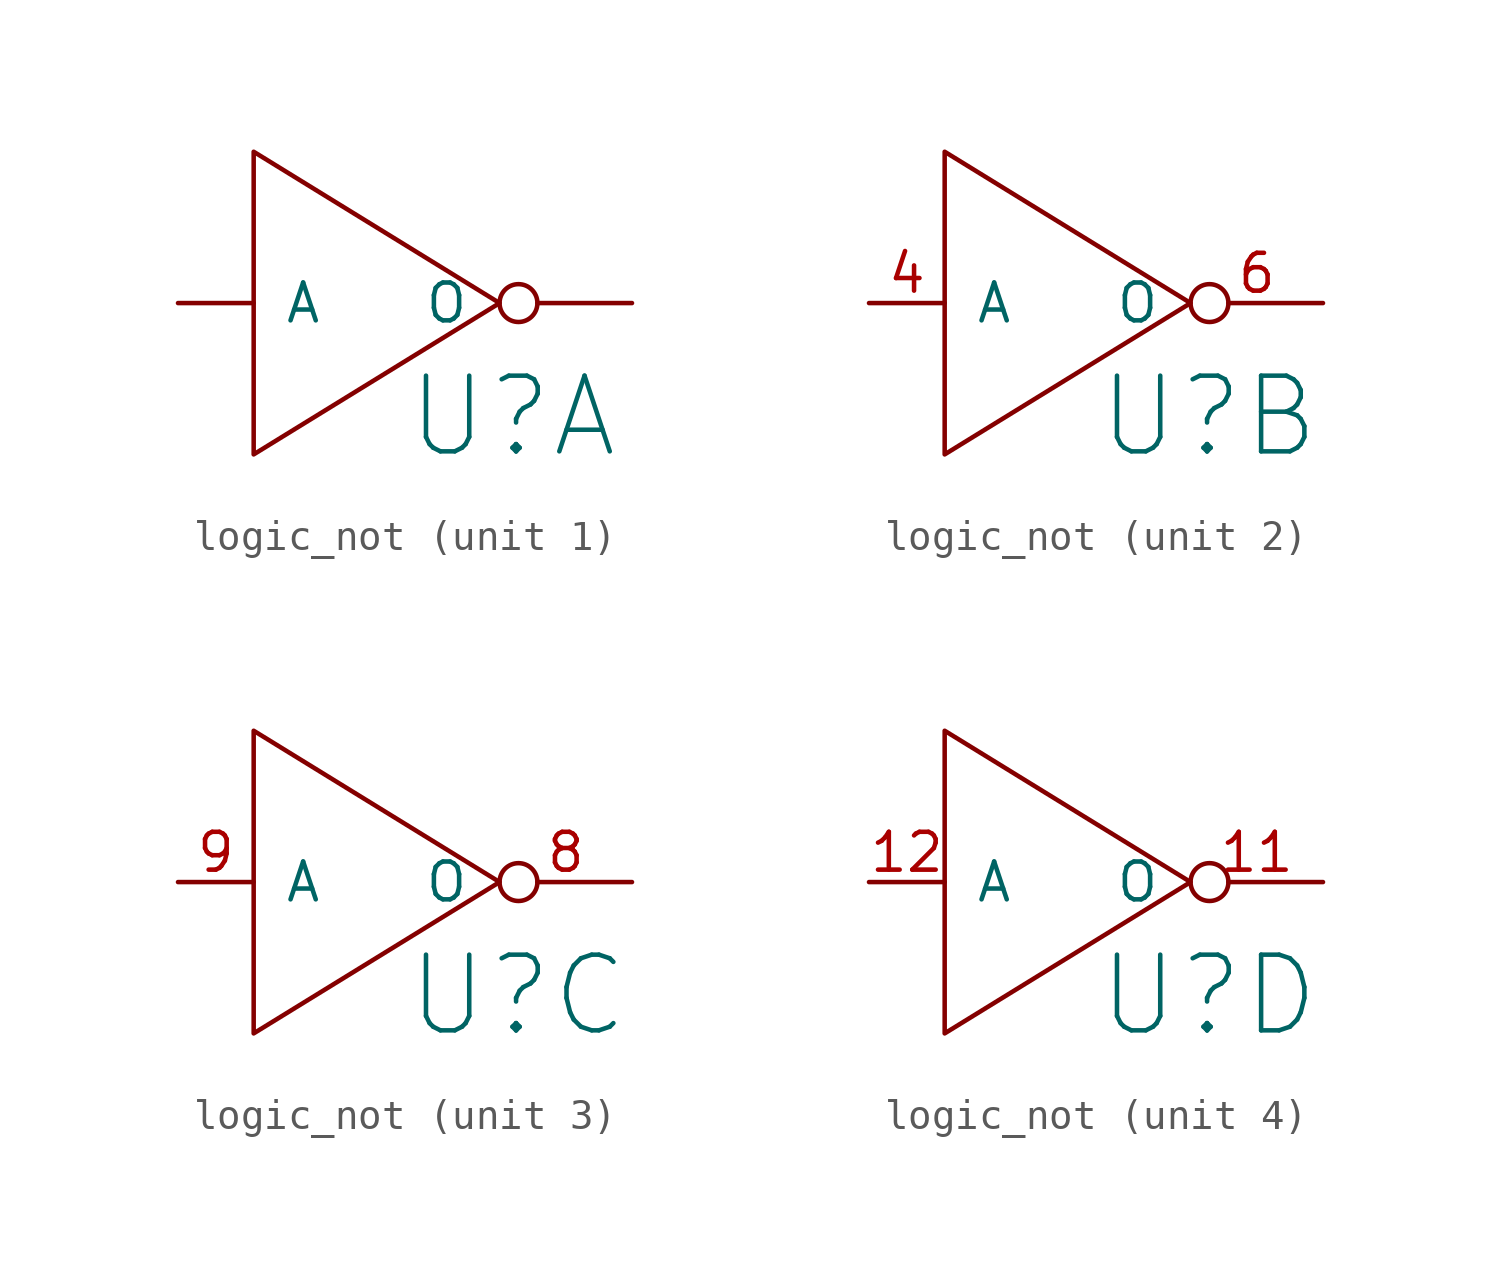
<source format=kicad_sym>
(kicad_symbol_lib
  (version 20211014)
  (generator kicad_symbol_editor)
  (symbol "logic_not"
    (pin_names
      (offset 1.016))
    (property "Reference" "U"
      (at 7.62 -6.35 0)
      (effects (font (size 2.54 2.54)) (justify left)))
    (symbol "logic_not_0_1"
      (polyline (pts (xy 2.54 2.54) (xy 10.795 -2.54) (xy 2.54 -7.62) (xy 2.54 2.54)) (stroke (width 0) (type default) (color 0 0 0 0)) (fill (type none))))
    (symbol "logic_not_1_1"
      (pin input line (at 0 -2.54 0) (length 2.54) (name "A" (effects (font (size 1.27 1.27)))) (number "~" (effects (font (size 1.27 1.27)))))
      (pin output inverted (at 15.24 -2.54 180) (length 4.445) (name "O" (effects (font (size 1.27 1.27)))) (number "~" (effects (font (size 1.27 1.27))))))
    (symbol "logic_not_2_1"
      (pin input line (at 0 -2.54 0) (length 2.54) (name "A" (effects (font (size 1.27 1.27)))) (number "4" (effects (font (size 1.27 1.27)))))
      (pin output inverted (at 15.24 -2.54 180) (length 4.445) (name "O" (effects (font (size 1.27 1.27)))) (number "6" (effects (font (size 1.27 1.27))))))
    (symbol "logic_not_3_1"
      (pin output inverted (at 15.24 -2.54 180) (length 4.445) (name "O" (effects (font (size 1.27 1.27)))) (number "8" (effects (font (size 1.27 1.27)))))
      (pin input line (at 0 -2.54 0) (length 2.54) (name "A" (effects (font (size 1.27 1.27)))) (number "9" (effects (font (size 1.27 1.27))))))
    (symbol "logic_not_4_1"
      (pin output inverted (at 15.24 -2.54 180) (length 4.445) (name "O" (effects (font (size 1.27 1.27)))) (number "11" (effects (font (size 1.27 1.27)))))
      (pin input line (at 0 -2.54 0) (length 2.54) (name "A" (effects (font (size 1.27 1.27)))) (number "12" (effects (font (size 1.27 1.27))))))))
</source>
